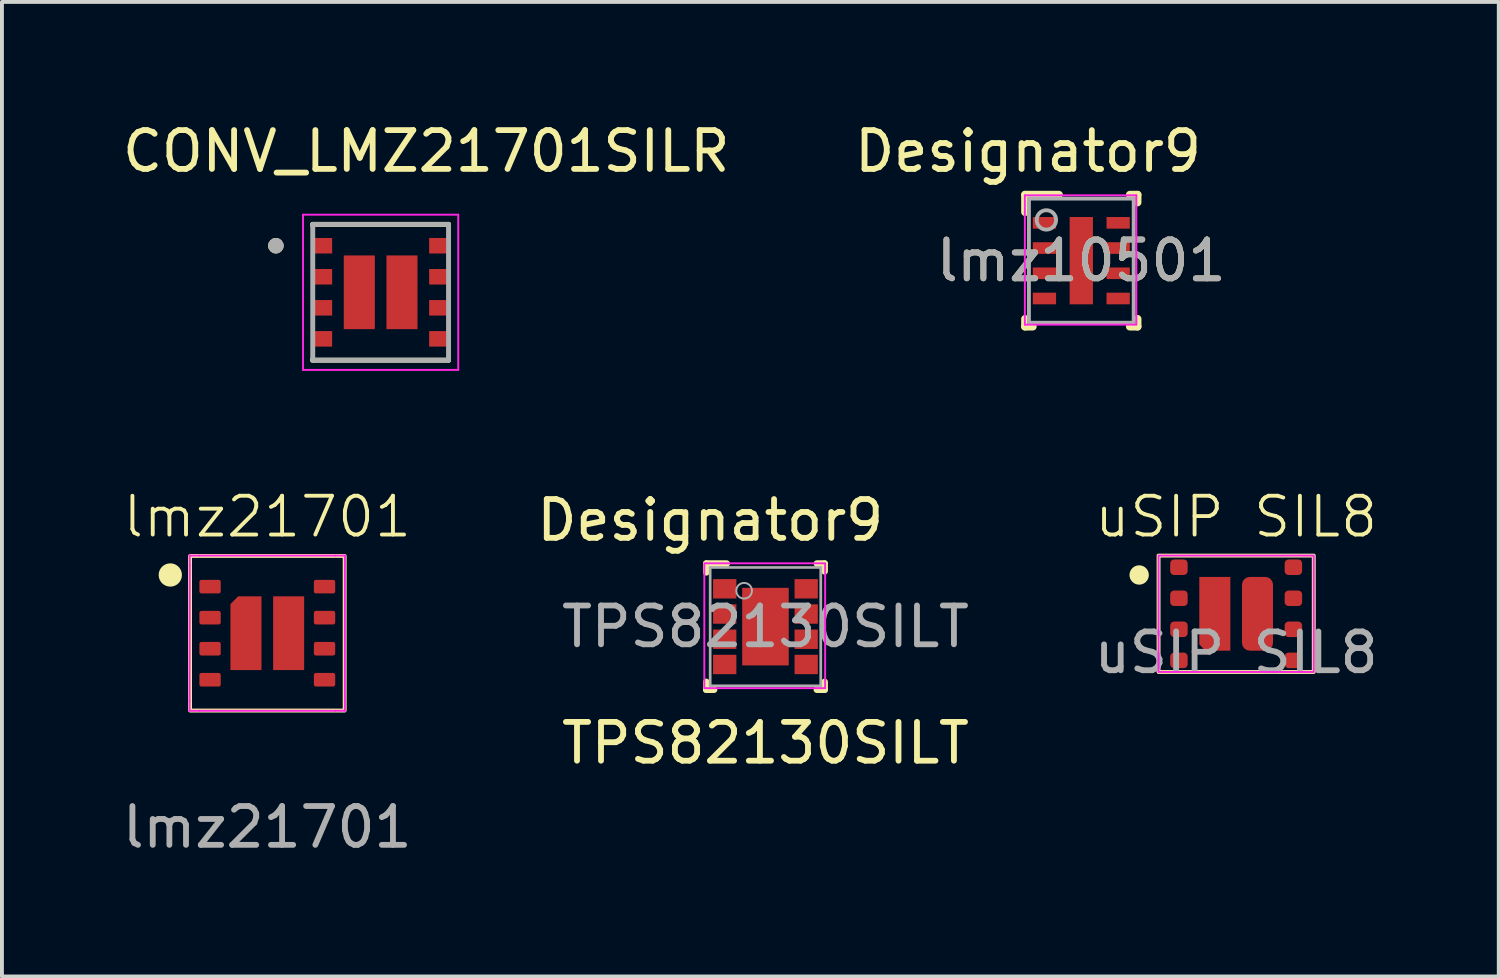
<source format=kicad_pcb>
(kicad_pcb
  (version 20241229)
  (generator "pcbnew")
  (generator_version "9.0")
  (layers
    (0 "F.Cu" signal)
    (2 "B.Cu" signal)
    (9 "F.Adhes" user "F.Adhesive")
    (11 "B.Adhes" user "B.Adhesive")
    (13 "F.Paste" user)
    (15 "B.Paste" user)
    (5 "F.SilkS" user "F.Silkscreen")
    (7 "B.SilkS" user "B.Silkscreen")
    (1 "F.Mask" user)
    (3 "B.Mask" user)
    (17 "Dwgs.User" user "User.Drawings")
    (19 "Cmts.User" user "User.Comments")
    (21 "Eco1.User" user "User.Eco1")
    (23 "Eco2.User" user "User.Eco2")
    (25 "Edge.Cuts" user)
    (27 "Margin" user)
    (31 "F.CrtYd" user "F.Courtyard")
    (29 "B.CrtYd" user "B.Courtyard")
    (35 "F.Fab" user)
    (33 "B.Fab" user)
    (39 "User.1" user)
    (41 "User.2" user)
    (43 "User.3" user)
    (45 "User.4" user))
  (footprint "lmz10501"
    (layer "F.Cu")
    (at 24.818 3.668)
    (property "Reference" "lmz10501" (at 0 0 0) (unlocked yes) (layer "F.SilkS") (effects (font (size 1 1) (thickness 0.15))))
    (attr smd)
    (fp_line (start -1.45 -1.7) (end -0.575 -1.7) (stroke (width 0.2) (type solid)) (layer "F.SilkS"))
    (fp_line (start -1.45 -1.25) (end -1.45 -1.7) (stroke (width 0.2) (type solid)) (layer "F.SilkS"))
    (fp_line (start -1.45 1.7) (end -1.45 1.5) (stroke (width 0.2) (type solid)) (layer "F.SilkS"))
    (fp_line (start -1.45 1.7) (end -1.25 1.7) (stroke (width 0.2) (type solid)) (layer "F.SilkS"))
    (fp_line (start 1.25 -1.7) (end 1.45 -1.7) (stroke (width 0.2) (type solid)) (layer "F.SilkS"))
    (fp_line (start 1.25 1.7) (end 1.45 1.7) (stroke (width 0.2) (type solid)) (layer "F.SilkS"))
    (fp_line (start 1.45 -1.5) (end 1.45 -1.7) (stroke (width 0.2) (type solid)) (layer "F.SilkS"))
    (fp_line (start 1.45 1.7) (end 1.45 1.5) (stroke (width 0.2) (type solid)) (layer "F.SilkS"))
    (fp_poly (pts (xy -0.3 -0.508) (xy 0.3 -0.508) (xy 0.3 -1.125) (xy -0.3 -1.125)) (stroke (width 0) (type solid)) (fill yes) (layer "F.Paste"))
    (fp_poly (pts (xy -0.3 0.308) (xy 0.3 0.308) (xy 0.3 -0.308) (xy -0.3 -0.308)) (stroke (width 0) (type solid)) (fill yes) (layer "F.Paste"))
    (fp_poly (pts (xy -0.3 1.125) (xy 0.3 1.125) (xy 0.3 0.508) (xy -0.3 0.508)) (stroke (width 0) (type solid)) (fill yes) (layer "F.Paste"))
    (fp_line (start -1.455 -1.685) (end -1.455 1.649) (stroke (width 0.05) (type default)) (layer "F.CrtYd"))
    (fp_line (start -1.455 -1.685) (end 1.418 -1.685) (stroke (width 0.05) (type default)) (layer "F.CrtYd"))
    (fp_line (start -1.455 1.649) (end 1.418 1.649) (stroke (width 0.05) (type default)) (layer "F.CrtYd"))
    (fp_line (start 1.418 -1.685) (end 1.418 1.643) (stroke (width 0.05) (type default)) (layer "F.CrtYd"))
    (fp_line (start -1.35 -1.6) (end 1.35 -1.6) (stroke (width 0.1) (type solid)) (layer "F.Fab"))
    (fp_line (start -1.35 1.6) (end -1.35 -1.6) (stroke (width 0.1) (type solid)) (layer "F.Fab"))
    (fp_line (start -1.35 1.6) (end 1.35 1.6) (stroke (width 0.1) (type solid)) (layer "F.Fab"))
    (fp_line (start 1.35 1.6) (end 1.35 -1.6) (stroke (width 0.1) (type solid)) (layer "F.Fab"))
    (fp_circle (center -0.9 -1.05) (end -0.65 -1.05) (stroke (width 0.1) (type solid)) (fill no) (layer "F.Fab"))
    (fp_text user "Designator9" (at -1.372 -2.819 0) (unlocked yes) (layer "F.SilkS") (effects (font (size 1 1) (thickness 0.15))))
    (fp_text user "${REFERENCE}" (at 0 0 0) (unlocked yes) (layer "F.Fab") (effects (font (size 1 1) (thickness 0.15))))
    (pad "1" smd rect (at -0.95 -0.975) (size 0.6 0.3) (layers "F.Cu" "F.Mask" "F.Paste"))
    (pad "2" smd rect (at -0.95 -0.325) (size 0.6 0.3) (layers "F.Cu" "F.Mask" "F.Paste"))
    (pad "3" smd rect (at -0.95 0.325) (size 0.6 0.3) (layers "F.Cu" "F.Mask" "F.Paste"))
    (pad "4" smd rect (at -0.95 0.975) (size 0.6 0.3) (layers "F.Cu" "F.Mask" "F.Paste"))
    (pad "5" smd rect (at 0.95 0.975) (size 0.6 0.3) (layers "F.Cu" "F.Mask" "F.Paste"))
    (pad "6" smd rect (at 0.95 0.325) (size 0.6 0.3) (layers "F.Cu" "F.Mask" "F.Paste"))
    (pad "7" smd rect (at 0.95 -0.325) (size 0.6 0.3) (layers "F.Cu" "F.Mask" "F.Paste"))
    (pad "8" smd rect (at 0.95 -0.975) (size 0.6 0.3) (layers "F.Cu" "F.Mask" "F.Paste"))
    (pad "9" smd rect (at 0 0) (size 0.6 2.25) (layers "F.Cu" "F.Mask")))
  (footprint "uSIP SIL8"
    (layer "F.Cu")
    (at 28.809 12.769)
    (property "Reference" "uSIP SIL8" (at 0 -2.5 0) (unlocked yes) (layer "F.SilkS") (effects (font (size 1 1) (thickness 0.1))))
    (attr smd)
    (fp_rect (start -2 -1.5) (end 2 1.5) (stroke (width 0.1) (type default)) (fill no) (layer "F.SilkS"))
    (fp_circle (center -2.5 -1) (end -2.697 -0.97) (stroke (width 0.1) (type solid)) (fill yes) (layer "F.SilkS"))
    (fp_rect (start -2 -1.5) (end 2 1.5) (stroke (width 0.05) (type default)) (fill no) (layer "F.CrtYd"))
    (fp_text user "${REFERENCE}" (at 0 1 0) (unlocked yes) (layer "F.Fab") (effects (font (size 1 1) (thickness 0.15))))
    (pad "1" smd roundrect (at -1.475 -1.2) (size 0.45 0.4) (layers "F.Cu" "F.Mask" "F.Paste") (roundrect_rratio 0.25))
    (pad "2" smd roundrect (at -1.475 -0.4) (size 0.45 0.4) (layers "F.Cu" "F.Mask" "F.Paste") (roundrect_rratio 0.25))
    (pad "3" smd roundrect (at -1.475 0.4) (size 0.45 0.4) (layers "F.Cu" "F.Mask" "F.Paste") (roundrect_rratio 0.25))
    (pad "4" smd roundrect (at -1.475 1.2) (size 0.45 0.4) (layers "F.Cu" "F.Mask" "F.Paste") (roundrect_rratio 0.25))
    (pad "5" smd roundrect (at 1.475 1.2) (size 0.45 0.4) (layers "F.Cu" "F.Mask" "F.Paste") (roundrect_rratio 0.25))
    (pad "6" smd roundrect (at 1.475 0.4) (size 0.45 0.4) (layers "F.Cu" "F.Mask" "F.Paste") (roundrect_rratio 0.25))
    (pad "7" smd roundrect (at 1.475 -0.4) (size 0.45 0.4) (layers "F.Cu" "F.Mask" "F.Paste") (roundrect_rratio 0.25))
    (pad "8" smd roundrect (at 1.475 -1.2) (size 0.45 0.4) (layers "F.Cu" "F.Mask" "F.Paste") (roundrect_rratio 0.25))
    (pad "9" smd roundrect (at -0.55 0) (size 0.8 1.9) (layers "F.Cu" "F.Mask" "F.Paste") (roundrect_rratio 0) (chamfer_ratio 0.2) (chamfer bottom_left))
    (pad "10" smd roundrect (at 0.55 0) (size 0.8 1.9) (layers "F.Cu" "F.Mask" "F.Paste") (roundrect_rratio 0.25)))
  (footprint "CONV_LMZ21701SILR"
    (layer "F.Cu")
    (at 6.76 4.483)
    (property "Reference" "CONV_LMZ21701SILR" (at 1.175 -3.635 0) (layer "F.SilkS") (effects (font (size 1 1) (thickness 0.15))))
    (attr smd)
    (fp_line (start -1.75 -1.75) (end -1.75 -1.72) (stroke (width 0.127) (type solid)) (layer "F.SilkS"))
    (fp_line (start -1.75 1.75) (end -1.75 1.72) (stroke (width 0.127) (type solid)) (layer "F.SilkS"))
    (fp_line (start -1.75 1.75) (end 1.75 1.75) (stroke (width 0.127) (type solid)) (layer "F.SilkS"))
    (fp_line (start 1.75 -1.75) (end -1.75 -1.75) (stroke (width 0.127) (type solid)) (layer "F.SilkS"))
    (fp_line (start 1.75 -1.72) (end 1.75 -1.75) (stroke (width 0.127) (type solid)) (layer "F.SilkS"))
    (fp_line (start 1.75 1.75) (end 1.75 1.72) (stroke (width 0.127) (type solid)) (layer "F.SilkS"))
    (fp_circle (center -2.7 -1.2) (end -2.6 -1.2) (stroke (width 0.2) (type solid)) (fill no) (layer "F.SilkS"))
    (fp_poly (pts (xy -0.93 -0.95) (xy -0.17 -0.95) (xy -0.17 -0.1) (xy -0.93 -0.1)) (stroke (width 0.01) (type solid)) (fill yes) (layer "F.Paste"))
    (fp_poly (pts (xy -0.93 0.1) (xy -0.17 0.1) (xy -0.17 0.95) (xy -0.93 0.95)) (stroke (width 0.01) (type solid)) (fill yes) (layer "F.Paste"))
    (fp_poly (pts (xy 0.17 -0.95) (xy 0.93 -0.95) (xy 0.93 -0.1) (xy 0.17 -0.1)) (stroke (width 0.01) (type solid)) (fill yes) (layer "F.Paste"))
    (fp_poly (pts (xy 0.17 0.1) (xy 0.93 0.1) (xy 0.93 0.95) (xy 0.17 0.95)) (stroke (width 0.01) (type solid)) (fill yes) (layer "F.Paste"))
    (fp_line (start -2 -2) (end -2 2) (stroke (width 0.05) (type solid)) (layer "F.CrtYd"))
    (fp_line (start -2 2) (end 2 2) (stroke (width 0.05) (type solid)) (layer "F.CrtYd"))
    (fp_line (start 2 -2) (end -2 -2) (stroke (width 0.05) (type solid)) (layer "F.CrtYd"))
    (fp_line (start 2 2) (end 2 -2) (stroke (width 0.05) (type solid)) (layer "F.CrtYd"))
    (fp_line (start -1.75 -1.75) (end -1.75 1.75) (stroke (width 0.127) (type solid)) (layer "F.Fab"))
    (fp_line (start -1.75 1.75) (end 1.75 1.75) (stroke (width 0.127) (type solid)) (layer "F.Fab"))
    (fp_line (start 1.75 -1.75) (end -1.75 -1.75) (stroke (width 0.127) (type solid)) (layer "F.Fab"))
    (fp_line (start 1.75 1.75) (end 1.75 -1.75) (stroke (width 0.127) (type solid)) (layer "F.Fab"))
    (fp_circle (center -2.7 -1.2) (end -2.6 -1.2) (stroke (width 0.2) (type solid)) (fill no) (layer "F.Fab"))
    (pad "1" smd rect (at -1.475 -1.2) (size 0.45 0.4) (layers "F.Cu" "F.Paste"))
    (pad "2" smd rect (at -1.475 -0.4) (size 0.45 0.4) (layers "F.Cu" "F.Paste"))
    (pad "3" smd rect (at -1.475 0.4) (size 0.45 0.4) (layers "F.Cu" "F.Paste"))
    (pad "4" smd rect (at -1.475 1.2) (size 0.45 0.4) (layers "F.Cu" "F.Paste"))
    (pad "5" smd rect (at 1.475 1.2) (size 0.45 0.4) (layers "F.Cu" "F.Paste"))
    (pad "6" smd rect (at 1.475 0.4) (size 0.45 0.4) (layers "F.Cu" "F.Paste"))
    (pad "7" smd rect (at 1.475 -0.4) (size 0.45 0.4) (layers "F.Cu" "F.Paste"))
    (pad "8" smd rect (at 1.475 -1.2) (size 0.45 0.4) (layers "F.Cu" "F.Paste"))
    (pad "9_1" smd rect (at -0.55 0) (size 0.8 1.9) (layers "F.Cu"))
    (pad "9_2" smd rect (at 0.55 0) (size 0.8 1.9) (layers "F.Cu")))
  (footprint "lmz21701"
    (layer "F.Cu")
    (at 3.839 13.269)
    (property "Reference" "lmz21701" (at 0 -3 0) (unlocked yes) (layer "F.SilkS") (effects (font (size 1 1) (thickness 0.1))))
    (attr smd)
    (fp_rect (start -1.991 -1.991) (end 1.994 1.994) (stroke (width 0.1) (type default)) (fill no) (layer "F.SilkS"))
    (fp_circle (center -2.5 -1.5) (end -2.25 -1.5) (stroke (width 0.1) (type solid)) (fill yes) (layer "F.SilkS"))
    (fp_line (start -2.003 1.747) (end -2.003 2) (stroke (width 0.05) (type default)) (layer "F.CrtYd"))
    (fp_line (start -2.003 1.747) (end -1.997 -1.747) (stroke (width 0.05) (type default)) (layer "F.CrtYd"))
    (fp_line (start -2 -2) (end -1.997 -1.747) (stroke (width 0.05) (type default)) (layer "F.CrtYd"))
    (fp_line (start -1.75 2) (end -2.003 2) (stroke (width 0.05) (type default)) (layer "F.CrtYd"))
    (fp_line (start -1.747 -2) (end -2 -2) (stroke (width 0.05) (type default)) (layer "F.CrtYd"))
    (fp_line (start -1.747 -2) (end 1.747 -2) (stroke (width 0.05) (type default)) (layer "F.CrtYd"))
    (fp_line (start 1.747 -2) (end 2 -2) (stroke (width 0.05) (type default)) (layer "F.CrtYd"))
    (fp_line (start 1.75 2) (end -1.75 2) (stroke (width 0.05) (type default)) (layer "F.CrtYd"))
    (fp_line (start 2 -1.747) (end 2 -2) (stroke (width 0.05) (type default)) (layer "F.CrtYd"))
    (fp_line (start 2 -1.747) (end 2 1.747) (stroke (width 0.05) (type default)) (layer "F.CrtYd"))
    (fp_line (start 2 1.747) (end 2 2) (stroke (width 0.05) (type default)) (layer "F.CrtYd"))
    (fp_line (start 2 2) (end 1.75 2) (stroke (width 0.05) (type default)) (layer "F.CrtYd"))
    (fp_text user "${REFERENCE}" (at 0 5 0) (unlocked yes) (layer "F.Fab") (effects (font (size 1 1) (thickness 0.15))))
    (pad "1" smd roundrect (at -1.475 -1.2) (size 0.55 0.35) (layers "F.Cu" "F.Mask" "F.Paste") (roundrect_rratio 0.15))
    (pad "2" smd roundrect (at -1.475 -0.4) (size 0.55 0.35) (layers "F.Cu" "F.Mask" "F.Paste") (roundrect_rratio 0.15))
    (pad "3" smd roundrect (at -1.475 0.4) (size 0.55 0.35) (layers "F.Cu" "F.Mask" "F.Paste") (roundrect_rratio 0.15))
    (pad "4" smd roundrect (at -1.475 1.2) (size 0.55 0.35) (layers "F.Cu" "F.Mask" "F.Paste") (roundrect_rratio 0.15))
    (pad "5" smd roundrect (at 1.475 1.2) (size 0.55 0.35) (layers "F.Cu" "F.Mask" "F.Paste") (roundrect_rratio 0.15))
    (pad "6" smd roundrect (at 1.475 0.4) (size 0.55 0.35) (layers "F.Cu" "F.Mask" "F.Paste") (roundrect_rratio 0.15))
    (pad "7" smd roundrect (at 1.475 -0.4) (size 0.55 0.35) (layers "F.Cu" "F.Mask" "F.Paste") (roundrect_rratio 0.15))
    (pad "8" smd roundrect (at 1.475 -1.2) (size 0.55 0.35) (layers "F.Cu" "F.Mask" "F.Paste") (roundrect_rratio 0.15))
    (pad "9" smd roundrect (at -0.55 0) (size 0.8 1.9) (layers "F.Cu" "F.Mask" "F.Paste") (roundrect_rratio 0) (chamfer_ratio 0.25) (chamfer top_left))
    (pad "10" smd rect (at 0.55 0) (size 0.8 1.9) (layers "F.Cu" "F.Mask" "F.Paste")))
  (footprint "TPS82130SILT"
    (layer "F.Cu")
    (at 16.678 13.1)
    (property "Reference" "TPS82130SILT" (at 0 3 0) (unlocked yes) (layer "F.SilkS") (effects (font (size 1 1) (thickness 0.15))))
    (attr smd)
    (fp_line (start -1.525 -1.625) (end -1 -1.625) (stroke (width 0.17) (type solid)) (layer "F.SilkS"))
    (fp_line (start -1.525 -1.4) (end -1.525 -1.625) (stroke (width 0.17) (type solid)) (layer "F.SilkS"))
    (fp_line (start -1.525 1.625) (end -1.525 1.425) (stroke (width 0.17) (type solid)) (layer "F.SilkS"))
    (fp_line (start -1.525 1.625) (end -1.325 1.625) (stroke (width 0.17) (type solid)) (layer "F.SilkS"))
    (fp_line (start 1.325 -1.625) (end 1.525 -1.625) (stroke (width 0.17) (type solid)) (layer "F.SilkS"))
    (fp_line (start 1.325 1.625) (end 1.525 1.625) (stroke (width 0.17) (type solid)) (layer "F.SilkS"))
    (fp_line (start 1.525 -1.425) (end 1.525 -1.625) (stroke (width 0.17) (type solid)) (layer "F.SilkS"))
    (fp_line (start 1.525 1.625) (end 1.525 1.425) (stroke (width 0.17) (type solid)) (layer "F.SilkS"))
    (fp_poly (pts (xy -0.52 -0.151) (xy -0.52 -0.899) (xy -0.519 -0.909) (xy -0.516 -0.919) (xy -0.511 -0.927) (xy -0.505 -0.935) (xy -0.497 -0.941) (xy -0.489 -0.946) (xy -0.479 -0.949) (xy -0.469 -0.95) (xy 0.469 -0.95) (xy 0.479 -0.949) (xy 0.489 -0.946) (xy 0.497 -0.941) (xy 0.505 -0.935) (xy 0.511 -0.927) (xy 0.516 -0.919) (xy 0.519 -0.909) (xy 0.52 -0.899) (xy 0.52 -0.151) (xy 0.519 -0.141) (xy 0.516 -0.131) (xy 0.511 -0.123) (xy 0.505 -0.115) (xy 0.497 -0.109) (xy 0.489 -0.104) (xy 0.479 -0.101) (xy 0.469 -0.1) (xy -0.469 -0.1) (xy -0.479 -0.101) (xy -0.489 -0.104) (xy -0.497 -0.109) (xy -0.505 -0.115) (xy -0.511 -0.123) (xy -0.516 -0.131) (xy -0.519 -0.141)) (stroke (width 0) (type solid)) (fill yes) (layer "F.Paste"))
    (fp_poly (pts (xy -0.52 0.899) (xy -0.52 0.151) (xy -0.519 0.141) (xy -0.516 0.131) (xy -0.511 0.123) (xy -0.505 0.115) (xy -0.497 0.109) (xy -0.489 0.104) (xy -0.479 0.101) (xy -0.469 0.1) (xy 0.469 0.1) (xy 0.479 0.101) (xy 0.489 0.104) (xy 0.497 0.109) (xy 0.505 0.115) (xy 0.511 0.123) (xy 0.516 0.131) (xy 0.519 0.141) (xy 0.52 0.151) (xy 0.52 0.899) (xy 0.519 0.909) (xy 0.516 0.919) (xy 0.511 0.927) (xy 0.505 0.935) (xy 0.497 0.941) (xy 0.489 0.946) (xy 0.479 0.949) (xy 0.469 0.95) (xy -0.469 0.95) (xy -0.479 0.949) (xy -0.489 0.946) (xy -0.497 0.941) (xy -0.505 0.935) (xy -0.511 0.927) (xy -0.516 0.919) (xy -0.519 0.909)) (stroke (width 0) (type solid)) (fill yes) (layer "F.Paste"))
    (fp_rect (start -1.576 -1.633) (end 1.538 1.586) (stroke (width 0.05) (type default)) (fill no) (layer "F.CrtYd"))
    (fp_line (start -1.425 -1.525) (end 1.425 -1.525) (stroke (width 0.07) (type solid)) (layer "F.Fab"))
    (fp_line (start -1.425 1.525) (end -1.425 -1.525) (stroke (width 0.07) (type solid)) (layer "F.Fab"))
    (fp_line (start -1.425 1.525) (end 1.425 1.525) (stroke (width 0.07) (type solid)) (layer "F.Fab"))
    (fp_line (start 1.425 1.525) (end 1.425 -1.525) (stroke (width 0.07) (type solid)) (layer "F.Fab"))
    (fp_circle (center -0.55 -0.925) (end -0.348 -0.925) (stroke (width 0.05) (type solid)) (fill no) (layer "F.Fab"))
    (fp_text user "Designator9" (at -1.422 -2.743 0) (unlocked yes) (layer "F.SilkS") (effects (font (size 1 1) (thickness 0.15))))
    (fp_text user "${REFERENCE}" (at 0 0 0) (unlocked yes) (layer "F.Fab") (effects (font (size 1 1) (thickness 0.15))))
    (pad "1" smd rect (at -1.05 -0.975) (size 0.6 0.5) (layers "F.Cu" "F.Mask" "F.Paste"))
    (pad "2" smd rect (at -1.05 -0.325) (size 0.6 0.5) (layers "F.Cu" "F.Mask" "F.Paste"))
    (pad "3" smd rect (at -1.05 0.325) (size 0.6 0.5) (layers "F.Cu" "F.Mask" "F.Paste"))
    (pad "4" smd rect (at -1.05 0.975) (size 0.6 0.5) (layers "F.Cu" "F.Mask" "F.Paste"))
    (pad "5" smd rect (at 1.05 0.975) (size 0.6 0.5) (layers "F.Cu" "F.Mask" "F.Paste"))
    (pad "6" smd rect (at 1.05 0.325) (size 0.6 0.5) (layers "F.Cu" "F.Mask" "F.Paste"))
    (pad "7" smd rect (at 1.05 -0.325) (size 0.6 0.5) (layers "F.Cu" "F.Mask" "F.Paste"))
    (pad "8" smd rect (at 1.05 -0.975) (size 0.6 0.5) (layers "F.Cu" "F.Mask" "F.Paste"))
    (pad "9" smd rect (at 0 0) (size 1.2 2) (layers "F.Cu" "F.Mask" "F.Paste")))
  (gr_rect
    (start -3 -3)
    (end 35.577 22.117)
    (stroke (width 0.1) (type default))
    (fill no)
    (layer "Edge.Cuts")))
</source>
